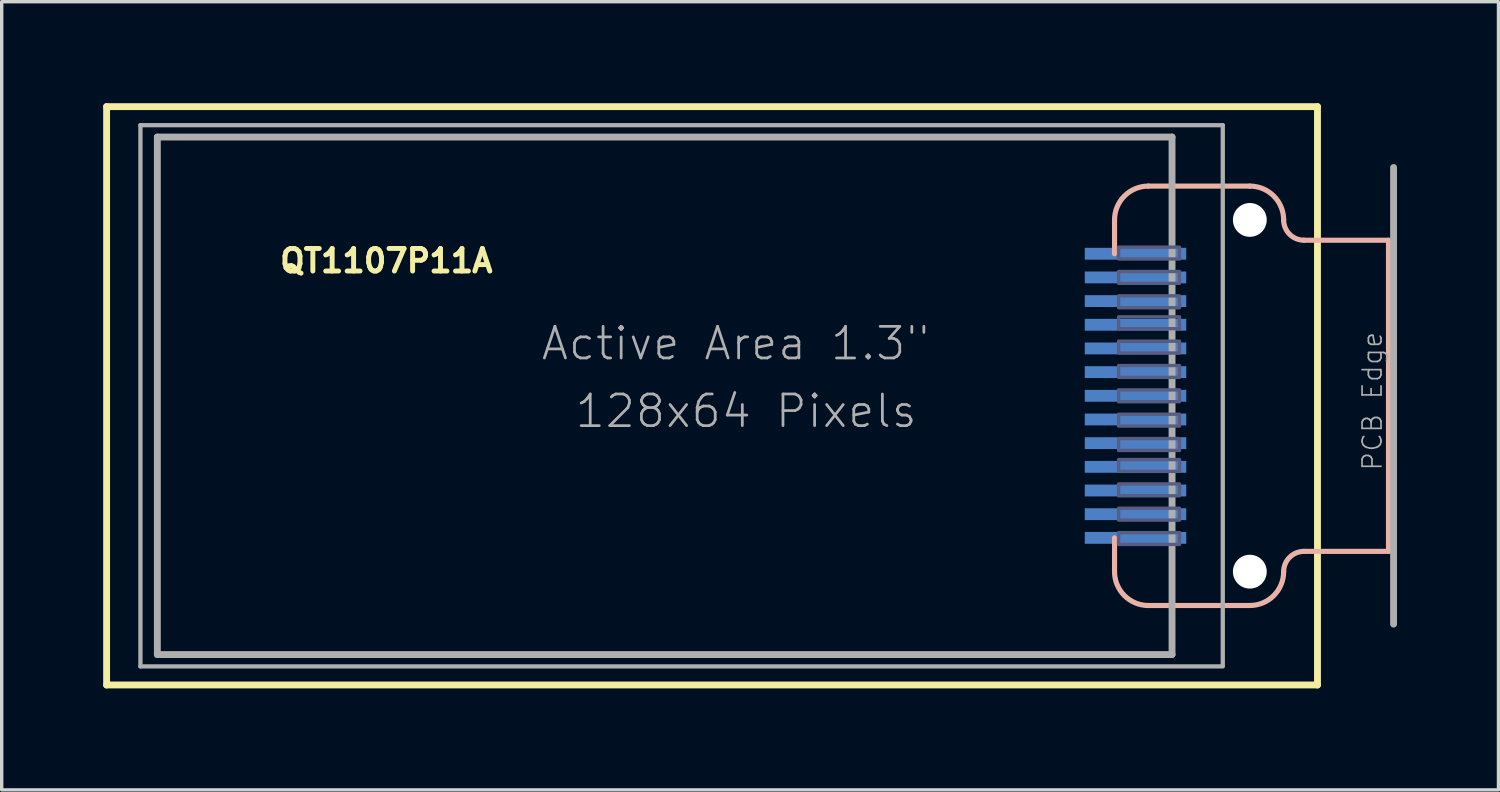
<source format=kicad_pcb>
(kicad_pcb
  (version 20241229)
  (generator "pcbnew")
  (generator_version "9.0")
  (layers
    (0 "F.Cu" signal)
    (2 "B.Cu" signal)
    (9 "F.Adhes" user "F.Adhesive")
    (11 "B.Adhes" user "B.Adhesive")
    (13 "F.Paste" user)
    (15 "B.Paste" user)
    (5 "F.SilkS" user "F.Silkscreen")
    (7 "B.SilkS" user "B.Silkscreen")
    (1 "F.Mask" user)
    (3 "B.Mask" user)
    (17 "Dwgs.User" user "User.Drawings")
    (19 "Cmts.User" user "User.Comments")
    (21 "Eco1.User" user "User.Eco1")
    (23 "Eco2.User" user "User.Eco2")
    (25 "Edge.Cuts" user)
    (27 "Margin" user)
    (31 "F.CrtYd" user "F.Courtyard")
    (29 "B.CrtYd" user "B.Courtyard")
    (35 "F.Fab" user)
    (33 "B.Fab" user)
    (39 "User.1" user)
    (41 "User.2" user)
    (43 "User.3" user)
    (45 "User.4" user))
  (footprint "QT1107P11A"
    (layer "F.Cu")
    (at 35.902 8.652)
    (property "Reference" "QT1107P11A" (at -30.75 -3.6 0) (unlocked yes) (layer "F.SilkS") (effects (font (size 0.666 0.666) (thickness 0.146)) (justify left bottom)))
    (fp_line (start -35.8 -8.55) (end -35.8 8.55) (stroke (width 0.203) (type solid)) (layer "F.SilkS"))
    (fp_line (start 0 -8.55) (end -35.8 -8.55) (stroke (width 0.203) (type solid)) (layer "F.SilkS"))
    (fp_line (start 0 -8.55) (end 0 8.55) (stroke (width 0.203) (type solid)) (layer "F.SilkS"))
    (fp_line (start 0 8.55) (end -35.8 8.55) (stroke (width 0.203) (type solid)) (layer "F.SilkS"))
    (fp_line (start -6 -4.2) (end -6 -5.2) (stroke (width 0.152) (type solid)) (layer "B.SilkS"))
    (fp_line (start -6 5.2) (end -6 4.2) (stroke (width 0.152) (type solid)) (layer "B.SilkS"))
    (fp_line (start -5 -6.2) (end -2 -6.2) (stroke (width 0.152) (type solid)) (layer "B.SilkS"))
    (fp_line (start -2 6.2) (end -5 6.2) (stroke (width 0.152) (type solid)) (layer "B.SilkS"))
    (fp_line (start -0.4 -4.6) (end 2.1 -4.6) (stroke (width 0.152) (type solid)) (layer "B.SilkS"))
    (fp_line (start 2.1 -4.6) (end 2.1 4.6) (stroke (width 0.152) (type solid)) (layer "B.SilkS"))
    (fp_line (start 2.1 4.6) (end -0.4 4.6) (stroke (width 0.152) (type solid)) (layer "B.SilkS"))
    (fp_arc (start -6 -5.2) (mid -5.707107 -5.907107) (end -5 -6.2) (stroke (width 0.1524) (type solid)) (layer "B.SilkS"))
    (fp_arc (start -5 6.2) (mid -5.707107 5.907107) (end -6 5.2) (stroke (width 0.1524) (type solid)) (layer "B.SilkS"))
    (fp_arc (start -2 -6.2) (mid -1.292893 -5.907107) (end -1 -5.2) (stroke (width 0.1524) (type solid)) (layer "B.SilkS"))
    (fp_arc (start -1 5.2) (mid -1.292893 5.907107) (end -2 6.2) (stroke (width 0.1524) (type solid)) (layer "B.SilkS"))
    (fp_arc (start -0.999999 5.200001) (mid -0.824264 4.775737) (end -0.4 4.6) (stroke (width 0.1524) (type solid)) (layer "B.SilkS"))
    (fp_arc (start -0.399999 -4.599999) (mid -0.824264 -4.775735) (end -1 -5.2) (stroke (width 0.1524) (type solid)) (layer "B.SilkS"))
    (fp_poly (pts (xy -5.88 -4.045) (xy -4.08 -4.045) (xy -4.08 -4.395) (xy -5.88 -4.395)) (stroke (width 0.1) (type default)) (fill no) (layer "B.Fab"))
    (fp_poly (pts (xy -5.88 -3.325) (xy -4.08 -3.325) (xy -4.08 -3.675) (xy -5.88 -3.675)) (stroke (width 0.1) (type default)) (fill no) (layer "B.Fab"))
    (fp_poly (pts (xy -5.88 -2.605) (xy -4.08 -2.605) (xy -4.08 -2.955) (xy -5.88 -2.955)) (stroke (width 0.1) (type default)) (fill no) (layer "B.Fab"))
    (fp_poly (pts (xy -5.88 -1.985) (xy -4.08 -1.985) (xy -4.08 -2.335) (xy -5.88 -2.335)) (stroke (width 0.1) (type default)) (fill no) (layer "B.Fab"))
    (fp_poly (pts (xy -5.88 -1.265) (xy -4.08 -1.265) (xy -4.08 -1.615) (xy -5.88 -1.615)) (stroke (width 0.1) (type default)) (fill no) (layer "B.Fab"))
    (fp_poly (pts (xy -5.88 -0.545) (xy -4.08 -0.545) (xy -4.08 -0.895) (xy -5.88 -0.895)) (stroke (width 0.1) (type default)) (fill no) (layer "B.Fab"))
    (fp_poly (pts (xy -5.88 0.175) (xy -4.08 0.175) (xy -4.08 -0.175) (xy -5.88 -0.175)) (stroke (width 0.1) (type default)) (fill no) (layer "B.Fab"))
    (fp_poly (pts (xy -5.88 0.895) (xy -4.08 0.895) (xy -4.08 0.545) (xy -5.88 0.545)) (stroke (width 0.1) (type default)) (fill no) (layer "B.Fab"))
    (fp_poly (pts (xy -5.88 1.615) (xy -4.08 1.615) (xy -4.08 1.265) (xy -5.88 1.265)) (stroke (width 0.1) (type default)) (fill no) (layer "B.Fab"))
    (fp_poly (pts (xy -5.88 2.235) (xy -4.08 2.235) (xy -4.08 1.885) (xy -5.88 1.885)) (stroke (width 0.1) (type default)) (fill no) (layer "B.Fab"))
    (fp_poly (pts (xy -5.88 2.955) (xy -4.08 2.955) (xy -4.08 2.605) (xy -5.88 2.605)) (stroke (width 0.1) (type default)) (fill no) (layer "B.Fab"))
    (fp_poly (pts (xy -5.88 3.675) (xy -4.08 3.675) (xy -4.08 3.325) (xy -5.88 3.325)) (stroke (width 0.1) (type default)) (fill no) (layer "B.Fab"))
    (fp_poly (pts (xy -5.88 4.395) (xy -4.08 4.395) (xy -4.08 4.045) (xy -5.88 4.045)) (stroke (width 0.1) (type default)) (fill no) (layer "B.Fab"))
    (fp_line (start -34.8 -8) (end -34.8 8) (stroke (width 0.127) (type solid)) (layer "F.Fab"))
    (fp_line (start -34.3 -7.65) (end -34.3 7.65) (stroke (width 0.203) (type solid)) (layer "F.Fab"))
    (fp_line (start -4.3 -7.65) (end -34.3 -7.65) (stroke (width 0.203) (type solid)) (layer "F.Fab"))
    (fp_line (start -4.3 -7.65) (end -4.3 7.65) (stroke (width 0.203) (type solid)) (layer "F.Fab"))
    (fp_line (start -4.3 7.65) (end -34.3 7.65) (stroke (width 0.203) (type solid)) (layer "F.Fab"))
    (fp_line (start -2.8 -8) (end -34.8 -8) (stroke (width 0.127) (type solid)) (layer "F.Fab"))
    (fp_line (start -2.8 -8) (end -2.8 7.975) (stroke (width 0.127) (type solid)) (layer "F.Fab"))
    (fp_line (start -2.8 8) (end -34.8 8) (stroke (width 0.127) (type solid)) (layer "F.Fab"))
    (fp_line (start 2.25 -6.75) (end 2.25 6.75) (stroke (width 0.203) (type solid)) (layer "F.Fab"))
    (fp_text user "128x64 Pixels" (at -22 1 0) (layer "F.Fab") (effects (font (size 0.935 0.935) (thickness 0.081)) (justify left bottom)))
    (fp_text user "PCB Edge" (at 1.95 2.25 90) (layer "F.Fab") (effects (font (size 0.561 0.561) (thickness 0.049)) (justify left bottom)))
    (fp_text user "Active Area 1.3\"" (at -23 -1 0) (layer "F.Fab") (effects (font (size 0.935 0.935) (thickness 0.081)) (justify left bottom)))
    (pad "" np_thru_hole circle (at -2 -5.2) (size 1 1) (drill 1) (layers "*.Cu" "*.Mask"))
    (pad "" np_thru_hole circle (at -2 5.2) (size 1 1) (drill 1) (layers "*.Cu" "*.Mask"))
    (pad "1" smd rect (at -5.38 4.2 180) (size 3 0.35) (layers "B.Cu" "B.Mask"))
    (pad "2" smd rect (at -5.38 3.5 180) (size 3 0.35) (layers "B.Cu" "B.Mask"))
    (pad "3" smd rect (at -5.38 2.8 180) (size 3 0.35) (layers "B.Cu" "B.Mask"))
    (pad "4" smd rect (at -5.38 2.1 180) (size 3 0.35) (layers "B.Cu" "B.Mask"))
    (pad "5" smd rect (at -5.38 1.4 180) (size 3 0.35) (layers "B.Cu" "B.Mask"))
    (pad "6" smd rect (at -5.38 0.7 180) (size 3 0.35) (layers "B.Cu" "B.Mask"))
    (pad "7" smd rect (at -5.38 0 180) (size 3 0.35) (layers "B.Cu" "B.Mask"))
    (pad "8" smd rect (at -5.38 -0.7 180) (size 3 0.35) (layers "B.Cu" "B.Mask"))
    (pad "9" smd rect (at -5.38 -1.4 180) (size 3 0.35) (layers "B.Cu" "B.Mask"))
    (pad "10" smd rect (at -5.38 -2.1 180) (size 3 0.35) (layers "B.Cu" "B.Mask"))
    (pad "11" smd rect (at -5.38 -2.8 180) (size 3 0.35) (layers "B.Cu" "B.Mask"))
    (pad "12" smd rect (at -5.38 -3.5 180) (size 3 0.35) (layers "B.Cu" "B.Mask"))
    (pad "13" smd rect (at -5.38 -4.2 180) (size 3 0.35) (layers "B.Cu" "B.Mask")))
  (gr_rect
    (start -3 -3)
    (end 41.253 20.303)
    (stroke (width 0.1) (type default))
    (fill no)
    (layer "Edge.Cuts")))
</source>
